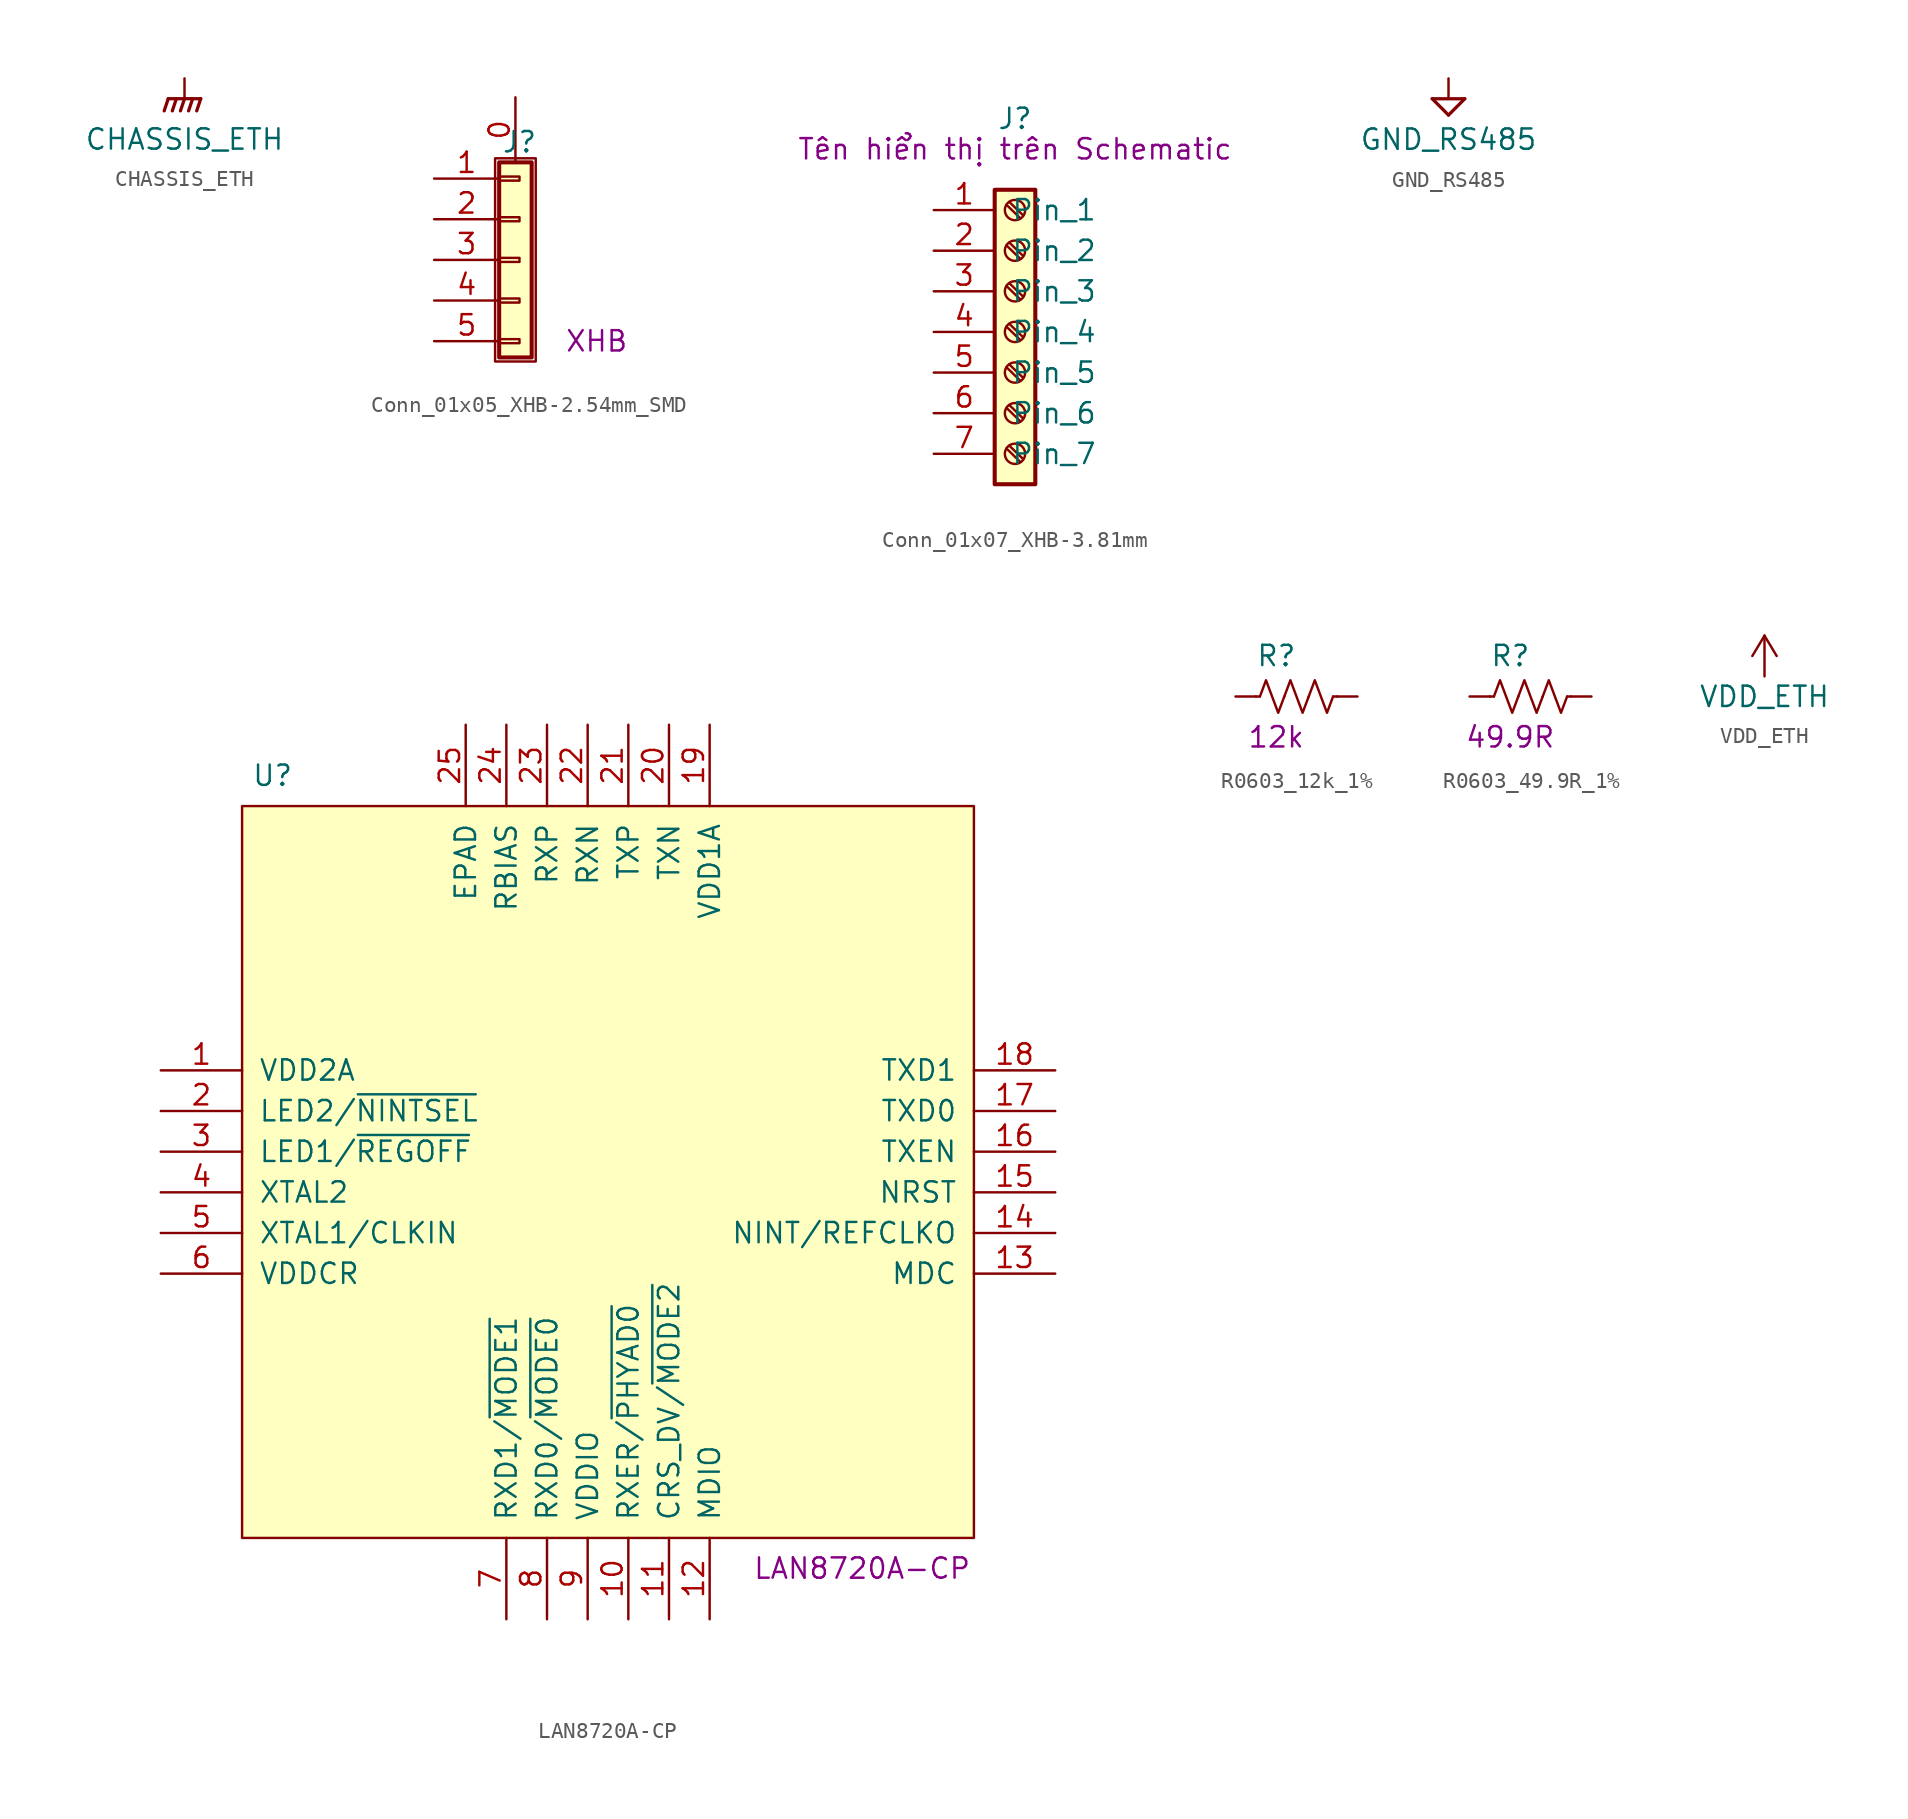
<source format=kicad_sym>
(kicad_symbol_lib
  (version 20211014)
  (generator kicad_symbol_editor)
  (symbol "CHASSIS_ETH"
    (power)
    (property "Reference" "#PWR?"
      (at 0 1.27 0)
      (effects (font (size 1.27 1.27)) hide))
    (property "Value" "CHASSIS_ETH"
      (at 0 -3.81 0)
      (effects (font (size 1.27 1.27))))
    (symbol "CHASSIS_ETH_0_1"
      (polyline (pts (xy 0 -1.27) (xy 0 0)) (stroke (width 0) (type default) (color 0 0 0 0)) (fill (type none)))
      (polyline (pts (xy -1.016 -1.27) (xy -1.27 -2.032) (xy -1.27 -2.032)) (stroke (width 0.203) (type default) (color 0 0 0 0)) (fill (type none)))
      (polyline (pts (xy -0.508 -1.27) (xy -0.762 -2.032) (xy -0.762 -2.032)) (stroke (width 0.203) (type default) (color 0 0 0 0)) (fill (type none)))
      (polyline (pts (xy 0 -1.27) (xy -0.254 -2.032) (xy -0.254 -2.032)) (stroke (width 0.203) (type default) (color 0 0 0 0)) (fill (type none)))
      (polyline (pts (xy 0.508 -1.27) (xy 0.254 -2.032) (xy 0.254 -2.032)) (stroke (width 0.203) (type default) (color 0 0 0 0)) (fill (type none)))
      (polyline (pts (xy 1.016 -1.27) (xy -1.016 -1.27) (xy -1.016 -1.27)) (stroke (width 0.203) (type default) (color 0 0 0 0)) (fill (type none)))
      (polyline (pts (xy 1.016 -1.27) (xy 0.762 -2.032) (xy 0.762 -2.032) (xy 0.762 -2.032)) (stroke (width 0.203) (type default) (color 0 0 0 0)) (fill (type none))))
    (symbol "CHASSIS_ETH_1_1"
      (pin power_in line (at 0 0 270) (length 0) hide (name "CHASSIS_ETH" (effects (font (size 1.27 1.27)))) (number "1" (effects (font (size 1.27 1.27)))))))
  (symbol "Conn_01x05_XHB-2.54mm_SMD"
    (pin_names
      (offset 1.016) hide)
    (property "Reference" "J"
      (at 0.254 7.366 0)
      (effects (font (size 1.27 1.27))))
    (property "Symbol" "XHB"
      (at 5.08 -5.08 0)
      (effects (font (size 1.27 1.27))))
    (symbol "Conn_01x05_XHB-2.54mm_SMD_1_1"
      (rectangle (start -1.27 6.35) (end 1.27 -6.35) (stroke (width 0.152) (type default) (color 0 0 0 0)) (fill (type none)))
      (rectangle (start -1.016 -4.953) (end 0.254 -5.207) (stroke (width 0.152) (type default) (color 0 0 0 0)) (fill (type none)))
      (rectangle (start -1.016 -2.413) (end 0.254 -2.667) (stroke (width 0.152) (type default) (color 0 0 0 0)) (fill (type none)))
      (rectangle (start -1.016 0.127) (end 0.254 -0.127) (stroke (width 0.152) (type default) (color 0 0 0 0)) (fill (type none)))
      (rectangle (start -1.016 2.667) (end 0.254 2.413) (stroke (width 0.152) (type default) (color 0 0 0 0)) (fill (type none)))
      (rectangle (start -1.016 5.207) (end 0.254 4.953) (stroke (width 0.152) (type default) (color 0 0 0 0)) (fill (type none)))
      (rectangle (start -1.016 6.096) (end 1.016 -6.096) (stroke (width 0.254) (type default) (color 0 0 0 0)) (fill (type background)))
      (pin passive line (at 0 10.16 270) (length 4.064) (name "Pin_0" (effects (font (size 1.27 1.27)))) (number "0" (effects (font (size 1.27 1.27)))))
      (pin passive line (at -5.08 5.08 0) (length 4.064) (name "Pin_1" (effects (font (size 1.27 1.27)))) (number "1" (effects (font (size 1.27 1.27)))))
      (pin passive line (at -5.08 2.54 0) (length 4.064) (name "Pin_2" (effects (font (size 1.27 1.27)))) (number "2" (effects (font (size 1.27 1.27)))))
      (pin passive line (at -5.08 0 0) (length 4.064) (name "Pin_3" (effects (font (size 1.27 1.27)))) (number "3" (effects (font (size 1.27 1.27)))))
      (pin passive line (at -5.08 -2.54 0) (length 4.064) (name "Pin_4" (effects (font (size 1.27 1.27)))) (number "4" (effects (font (size 1.27 1.27)))))
      (pin passive line (at -5.08 -5.08 0) (length 4.064) (name "Pin_5" (effects (font (size 1.27 1.27)))) (number "5" (effects (font (size 1.27 1.27)))))))
  (symbol "Conn_01x07_XHB-3.81mm"
    (pin_names
      (offset 1.016))
    (property "Reference" "J"
      (at 0 13.335 0)
      (effects (font (size 1.27 1.27))))
    (property "Symbol" "Tên hiển thị trên Schematic"
      (at 0 11.43 0)
      (effects (font (size 1.27 1.27))))
    (symbol "Conn_01x07_XHB-3.81mm_1_1"
      (rectangle (start -1.27 8.89) (end 1.27 -9.525) (stroke (width 0.254) (type default) (color 0 0 0 0)) (fill (type background)))
      (circle (center 0 -7.62) (radius 0.635) (stroke (width 0.152) (type default) (color 0 0 0 0)) (fill (type none)))
      (circle (center 0 -5.08) (radius 0.635) (stroke (width 0.152) (type default) (color 0 0 0 0)) (fill (type none)))
      (circle (center 0 -2.54) (radius 0.635) (stroke (width 0.152) (type default) (color 0 0 0 0)) (fill (type none)))
      (polyline (pts (xy -0.533 -7.29) (xy 0.33 -8.128)) (stroke (width 0.152) (type default) (color 0 0 0 0)) (fill (type none)))
      (polyline (pts (xy -0.533 -4.75) (xy 0.33 -5.588)) (stroke (width 0.152) (type default) (color 0 0 0 0)) (fill (type none)))
      (polyline (pts (xy -0.533 -2.21) (xy 0.33 -3.048)) (stroke (width 0.152) (type default) (color 0 0 0 0)) (fill (type none)))
      (polyline (pts (xy -0.533 0.33) (xy 0.33 -0.508)) (stroke (width 0.152) (type default) (color 0 0 0 0)) (fill (type none)))
      (polyline (pts (xy -0.533 2.87) (xy 0.33 2.032)) (stroke (width 0.152) (type default) (color 0 0 0 0)) (fill (type none)))
      (polyline (pts (xy -0.533 5.41) (xy 0.33 4.572)) (stroke (width 0.152) (type default) (color 0 0 0 0)) (fill (type none)))
      (polyline (pts (xy -0.533 7.95) (xy 0.33 7.112)) (stroke (width 0.152) (type default) (color 0 0 0 0)) (fill (type none)))
      (polyline (pts (xy -0.356 -7.112) (xy 0.508 -7.95)) (stroke (width 0.152) (type default) (color 0 0 0 0)) (fill (type none)))
      (polyline (pts (xy -0.356 -4.572) (xy 0.508 -5.41)) (stroke (width 0.152) (type default) (color 0 0 0 0)) (fill (type none)))
      (polyline (pts (xy -0.356 -2.032) (xy 0.508 -2.87)) (stroke (width 0.152) (type default) (color 0 0 0 0)) (fill (type none)))
      (polyline (pts (xy -0.356 0.508) (xy 0.508 -0.33)) (stroke (width 0.152) (type default) (color 0 0 0 0)) (fill (type none)))
      (polyline (pts (xy -0.356 3.048) (xy 0.508 2.21)) (stroke (width 0.152) (type default) (color 0 0 0 0)) (fill (type none)))
      (polyline (pts (xy -0.356 5.588) (xy 0.508 4.75)) (stroke (width 0.152) (type default) (color 0 0 0 0)) (fill (type none)))
      (polyline (pts (xy -0.356 8.128) (xy 0.508 7.29)) (stroke (width 0.152) (type default) (color 0 0 0 0)) (fill (type none)))
      (circle (center 0 0) (radius 0.635) (stroke (width 0.152) (type default) (color 0 0 0 0)) (fill (type none)))
      (circle (center 0 2.54) (radius 0.635) (stroke (width 0.152) (type default) (color 0 0 0 0)) (fill (type none)))
      (circle (center 0 5.08) (radius 0.635) (stroke (width 0.152) (type default) (color 0 0 0 0)) (fill (type none)))
      (circle (center 0 7.62) (radius 0.635) (stroke (width 0.152) (type default) (color 0 0 0 0)) (fill (type none)))
      (pin passive line (at -5.08 7.62 0) (length 3.81) (name "Pin_1" (effects (font (size 1.27 1.27)))) (number "1" (effects (font (size 1.27 1.27)))))
      (pin passive line (at -5.08 5.08 0) (length 3.81) (name "Pin_2" (effects (font (size 1.27 1.27)))) (number "2" (effects (font (size 1.27 1.27)))))
      (pin passive line (at -5.08 2.54 0) (length 3.81) (name "Pin_3" (effects (font (size 1.27 1.27)))) (number "3" (effects (font (size 1.27 1.27)))))
      (pin passive line (at -5.08 0 0) (length 3.81) (name "Pin_4" (effects (font (size 1.27 1.27)))) (number "4" (effects (font (size 1.27 1.27)))))
      (pin passive line (at -5.08 -2.54 0) (length 3.81) (name "Pin_5" (effects (font (size 1.27 1.27)))) (number "5" (effects (font (size 1.27 1.27)))))
      (pin passive line (at -5.08 -5.08 0) (length 3.81) (name "Pin_6" (effects (font (size 1.27 1.27)))) (number "6" (effects (font (size 1.27 1.27)))))
      (pin passive line (at -5.08 -7.62 0) (length 3.81) (name "Pin_7" (effects (font (size 1.27 1.27)))) (number "7" (effects (font (size 1.27 1.27)))))))
  (symbol "GND_RS485"
    (power)
    (property "Reference" "#PWR?"
      (at 0 1.27 0)
      (effects (font (size 1.27 1.27)) hide))
    (property "Value" "GND_RS485"
      (at 0 -3.81 0)
      (effects (font (size 1.27 1.27))))
    (symbol "GND_RS485_0_1"
      (polyline (pts (xy -1.016 -1.27) (xy 0 -2.286)) (stroke (width 0.203) (type default) (color 0 0 0 0)) (fill (type none)))
      (polyline (pts (xy 0 -2.286) (xy 1.016 -1.27)) (stroke (width 0.203) (type default) (color 0 0 0 0)) (fill (type none)))
      (polyline (pts (xy 0 -1.27) (xy 0 0)) (stroke (width 0) (type default) (color 0 0 0 0)) (fill (type none)))
      (polyline (pts (xy 1.016 -1.27) (xy -1.016 -1.27) (xy -1.016 -1.27)) (stroke (width 0.203) (type default) (color 0 0 0 0)) (fill (type none))))
    (symbol "GND_RS485_1_1"
      (pin power_in line (at 0 0 270) (length 0) hide (name "GND_RS485" (effects (font (size 1.27 1.27)))) (number "1" (effects (font (size 1.27 1.27)))))))
  (symbol "LAN8720A-CP"
    (pin_names
      (offset 1.016))
    (property "Reference" "U"
      (at -20.955 24.765 0)
      (effects (font (size 1.27 1.27))))
    (property "Symbol" "LAN8720A-CP"
      (at 15.875 -24.765 0)
      (effects (font (size 1.27 1.27))))
    (symbol "LAN8720A-CP_0_0"
      (pin passive line (at -27.94 6.35 0) (length 5.08) (name "VDD2A" (effects (font (size 1.27 1.27)))) (number "1" (effects (font (size 1.27 1.27)))))
      (pin passive line (at 1.27 -27.94 90) (length 5.08) (name "RXER/~{PHYAD0}" (effects (font (size 1.27 1.27)))) (number "10" (effects (font (size 1.27 1.27)))))
      (pin passive line (at 3.81 -27.94 90) (length 5.08) (name "CRS_DV/~{MODE2}" (effects (font (size 1.27 1.27)))) (number "11" (effects (font (size 1.27 1.27)))))
      (pin passive line (at 6.35 -27.94 90) (length 5.08) (name "MDIO" (effects (font (size 1.27 1.27)))) (number "12" (effects (font (size 1.27 1.27)))))
      (pin passive line (at 27.94 -6.35 180) (length 5.08) (name "MDC" (effects (font (size 1.27 1.27)))) (number "13" (effects (font (size 1.27 1.27)))))
      (pin passive line (at 27.94 -3.81 180) (length 5.08) (name "NINT/REFCLKO" (effects (font (size 1.27 1.27)))) (number "14" (effects (font (size 1.27 1.27)))))
      (pin passive line (at 27.94 -1.27 180) (length 5.08) (name "NRST" (effects (font (size 1.27 1.27)))) (number "15" (effects (font (size 1.27 1.27)))))
      (pin passive line (at 27.94 1.27 180) (length 5.08) (name "TXEN" (effects (font (size 1.27 1.27)))) (number "16" (effects (font (size 1.27 1.27)))))
      (pin passive line (at 27.94 3.81 180) (length 5.08) (name "TXD0" (effects (font (size 1.27 1.27)))) (number "17" (effects (font (size 1.27 1.27)))))
      (pin passive line (at 27.94 6.35 180) (length 5.08) (name "TXD1" (effects (font (size 1.27 1.27)))) (number "18" (effects (font (size 1.27 1.27)))))
      (pin passive line (at 6.35 27.94 270) (length 5.08) (name "VDD1A" (effects (font (size 1.27 1.27)))) (number "19" (effects (font (size 1.27 1.27)))))
      (pin passive line (at -27.94 3.81 0) (length 5.08) (name "LED2/~{NINTSEL}" (effects (font (size 1.27 1.27)))) (number "2" (effects (font (size 1.27 1.27)))))
      (pin passive line (at 3.81 27.94 270) (length 5.08) (name "TXN" (effects (font (size 1.27 1.27)))) (number "20" (effects (font (size 1.27 1.27)))))
      (pin passive line (at 1.27 27.94 270) (length 5.08) (name "TXP" (effects (font (size 1.27 1.27)))) (number "21" (effects (font (size 1.27 1.27)))))
      (pin passive line (at -1.27 27.94 270) (length 5.08) (name "RXN" (effects (font (size 1.27 1.27)))) (number "22" (effects (font (size 1.27 1.27)))))
      (pin passive line (at -3.81 27.94 270) (length 5.08) (name "RXP" (effects (font (size 1.27 1.27)))) (number "23" (effects (font (size 1.27 1.27)))))
      (pin passive line (at -6.35 27.94 270) (length 5.08) (name "RBIAS" (effects (font (size 1.27 1.27)))) (number "24" (effects (font (size 1.27 1.27)))))
      (pin passive line (at -8.89 27.94 270) (length 5.08) (name "EPAD" (effects (font (size 1.27 1.27)))) (number "25" (effects (font (size 1.27 1.27)))))
      (pin passive line (at -27.94 1.27 0) (length 5.08) (name "LED1/~{REGOFF}" (effects (font (size 1.27 1.27)))) (number "3" (effects (font (size 1.27 1.27)))))
      (pin passive line (at -27.94 -1.27 0) (length 5.08) (name "XTAL2" (effects (font (size 1.27 1.27)))) (number "4" (effects (font (size 1.27 1.27)))))
      (pin passive line (at -27.94 -3.81 0) (length 5.08) (name "XTAL1/CLKIN" (effects (font (size 1.27 1.27)))) (number "5" (effects (font (size 1.27 1.27)))))
      (pin passive line (at -27.94 -6.35 0) (length 5.08) (name "VDDCR" (effects (font (size 1.27 1.27)))) (number "6" (effects (font (size 1.27 1.27)))))
      (pin passive line (at -6.35 -27.94 90) (length 5.08) (name "RXD1/~{MODE1}" (effects (font (size 1.27 1.27)))) (number "7" (effects (font (size 1.27 1.27)))))
      (pin passive line (at -3.81 -27.94 90) (length 5.08) (name "RXD0/~{MODE0}" (effects (font (size 1.27 1.27)))) (number "8" (effects (font (size 1.27 1.27)))))
      (pin passive line (at -1.27 -27.94 90) (length 5.08) (name "VDDIO" (effects (font (size 1.27 1.27)))) (number "9" (effects (font (size 1.27 1.27))))))
    (symbol "LAN8720A-CP_0_1"
      (polyline (pts (xy -22.86 22.86) (xy 22.86 22.86) (xy 22.86 -22.86) (xy -22.86 -22.86) (xy -22.86 22.86)) (stroke (width 0.152) (type default) (color 0 0 0 0)) (fill (type background)))))
  (symbol "R0603_12k_1%"
    (pin_numbers hide)
    (pin_names
      (offset 1.016))
    (property "Reference" "R"
      (at -2.54 2.54 0)
      (effects (font (size 1.27 1.27)) (justify left)))
    (property "Spec." "12k"
      (at -1.27 -2.54 0)
      (effects (font (size 1.27 1.27))))
    (symbol "R0603_12k_1%_1_1"
      (polyline (pts (xy -2.286 0) (xy -2.54 0)) (stroke (width 0) (type default) (color 0 0 0 0)) (fill (type none)))
      (polyline (pts (xy 2.286 0) (xy 2.54 0)) (stroke (width 0) (type default) (color 0 0 0 0)) (fill (type none)))
      (polyline (pts (xy -2.286 0) (xy -1.905 1.016) (xy -1.524 0) (xy -1.143 -1.016) (xy -0.762 0)) (stroke (width 0) (type default) (color 0 0 0 0)) (fill (type none)))
      (polyline (pts (xy -0.762 0) (xy -0.381 1.016) (xy 0 0) (xy 0.381 -1.016) (xy 0.762 0)) (stroke (width 0) (type default) (color 0 0 0 0)) (fill (type none)))
      (polyline (pts (xy 0.762 0) (xy 1.143 1.016) (xy 1.524 0) (xy 1.905 -1.016) (xy 2.286 0)) (stroke (width 0) (type default) (color 0 0 0 0)) (fill (type none)))
      (pin passive line (at -3.81 0 0) (length 1.27) (name "~" (effects (font (size 1.27 1.27)))) (number "1" (effects (font (size 1.27 1.27)))))
      (pin passive line (at 3.81 0 180) (length 1.27) (name "~" (effects (font (size 1.27 1.27)))) (number "2" (effects (font (size 1.27 1.27)))))))
  (symbol "R0603_49.9R_1%"
    (pin_numbers hide)
    (pin_names
      (offset 1.016))
    (property "Reference" "R"
      (at -2.54 2.54 0)
      (effects (font (size 1.27 1.27)) (justify left)))
    (property "Spec." "49.9R"
      (at -1.27 -2.54 0)
      (effects (font (size 1.27 1.27))))
    (symbol "R0603_49.9R_1%_1_1"
      (polyline (pts (xy -2.286 0) (xy -2.54 0)) (stroke (width 0) (type default) (color 0 0 0 0)) (fill (type none)))
      (polyline (pts (xy 2.286 0) (xy 2.54 0)) (stroke (width 0) (type default) (color 0 0 0 0)) (fill (type none)))
      (polyline (pts (xy -2.286 0) (xy -1.905 1.016) (xy -1.524 0) (xy -1.143 -1.016) (xy -0.762 0)) (stroke (width 0) (type default) (color 0 0 0 0)) (fill (type none)))
      (polyline (pts (xy -0.762 0) (xy -0.381 1.016) (xy 0 0) (xy 0.381 -1.016) (xy 0.762 0)) (stroke (width 0) (type default) (color 0 0 0 0)) (fill (type none)))
      (polyline (pts (xy 0.762 0) (xy 1.143 1.016) (xy 1.524 0) (xy 1.905 -1.016) (xy 2.286 0)) (stroke (width 0) (type default) (color 0 0 0 0)) (fill (type none)))
      (pin passive line (at -3.81 0 0) (length 1.27) (name "~" (effects (font (size 1.27 1.27)))) (number "1" (effects (font (size 1.27 1.27)))))
      (pin passive line (at 3.81 0 180) (length 1.27) (name "~" (effects (font (size 1.27 1.27)))) (number "2" (effects (font (size 1.27 1.27)))))))
  (symbol "VDD_ETH"
    (power)
    (property "Reference" "#PWR?"
      (at 0 4.191 0)
      (effects (font (size 1.27 1.27)) hide))
    (property "Value" "VDD_ETH"
      (at 0 -1.27 0)
      (effects (font (size 1.27 1.27))))
    (symbol "VDD_ETH_0_0"
      (pin power_in line (at 0 0 90) (length 0) hide (name "VDD_ETH" (effects (font (size 1.27 1.27)))) (number "1" (effects (font (size 1.27 1.27))))))
    (symbol "VDD_ETH_0_1"
      (polyline (pts (xy -0.762 1.27) (xy 0 2.54)) (stroke (width 0) (type default) (color 0 0 0 0)) (fill (type none)))
      (polyline (pts (xy 0 0) (xy 0 2.54)) (stroke (width 0) (type default) (color 0 0 0 0)) (fill (type none)))
      (polyline (pts (xy 0 2.54) (xy 0.762 1.27)) (stroke (width 0) (type default) (color 0 0 0 0)) (fill (type none))))))
</source>
